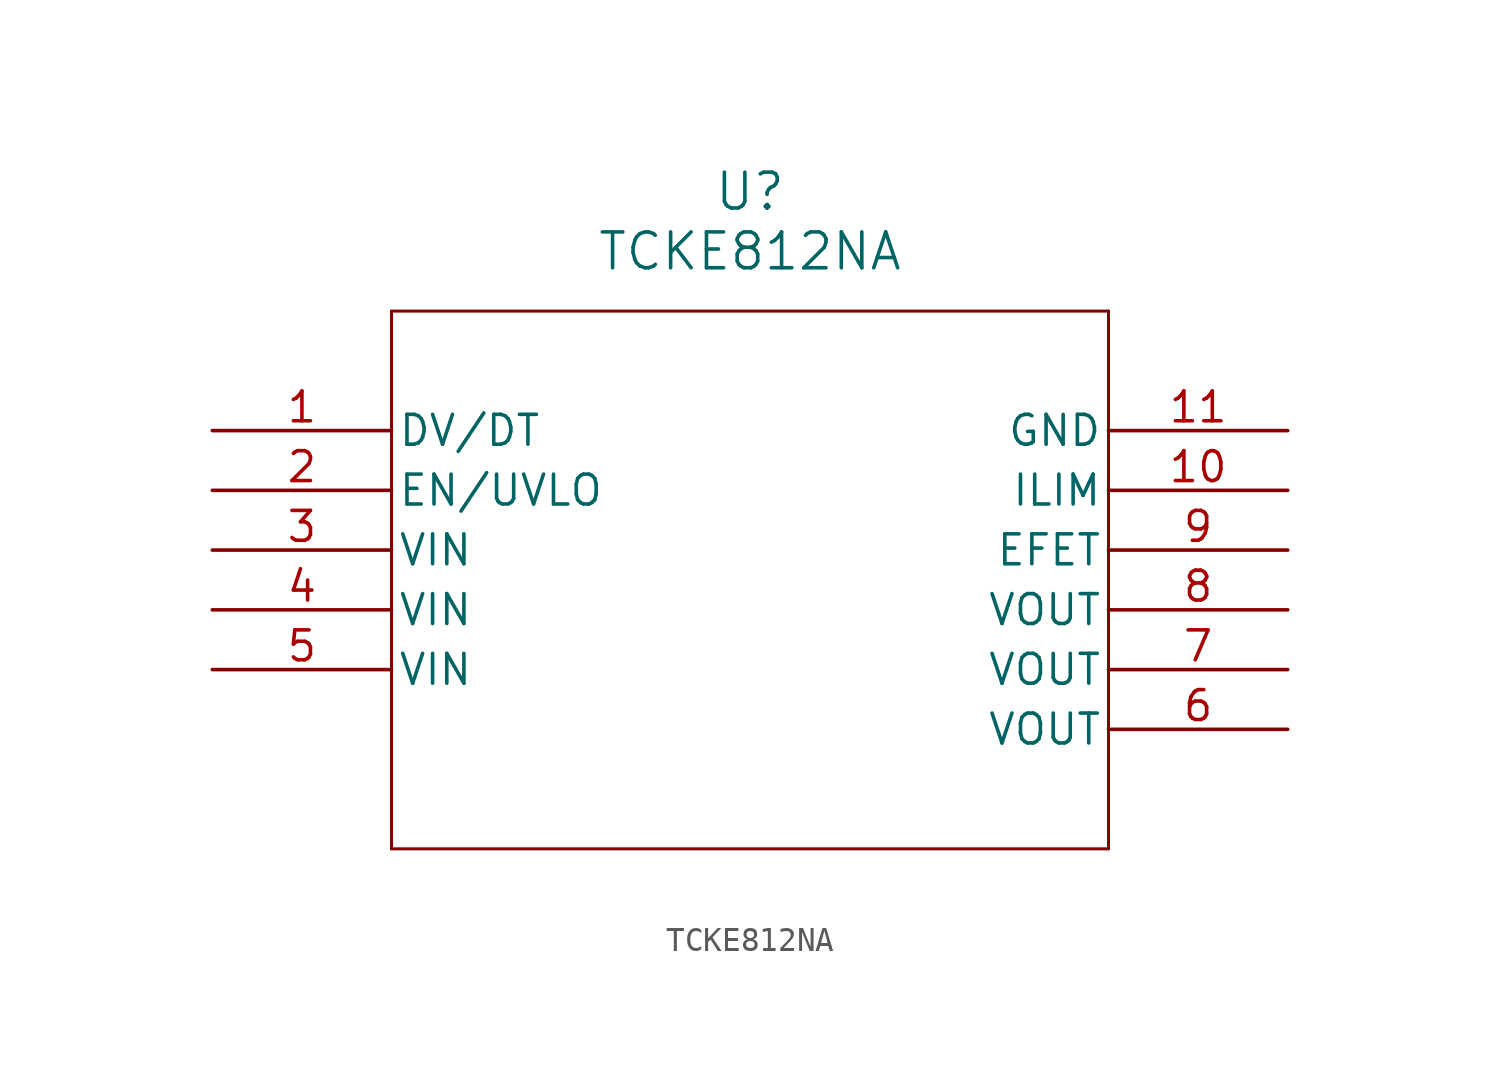
<source format=kicad_sym>
(kicad_symbol_lib
  (version 20211014)
  (generator kicad_symbol_editor)
  (symbol "TCKE812NA"
    (pin_names
      (offset 0.254))
    (property "Reference" "U"
      (at 22.86 10.16 0)
      (effects (font (size 1.524 1.524))))
    (property "Value" "TCKE812NA"
      (at 22.86 7.62 0)
      (effects (font (size 1.524 1.524))))
    (symbol "TCKE812NA_0_1"
      (polyline (pts (xy 7.62 5.08) (xy 7.62 -17.78)) (stroke (width 0.127) (type default) (color 0 0 0 0)) (fill (type none)))
      (polyline (pts (xy 7.62 -17.78) (xy 38.1 -17.78)) (stroke (width 0.127) (type default) (color 0 0 0 0)) (fill (type none)))
      (polyline (pts (xy 38.1 -17.78) (xy 38.1 5.08)) (stroke (width 0.127) (type default) (color 0 0 0 0)) (fill (type none)))
      (polyline (pts (xy 38.1 5.08) (xy 7.62 5.08)) (stroke (width 0.127) (type default) (color 0 0 0 0)) (fill (type none)))
      (pin input line (at 0 0 0) (length 7.62) (name "DV/DT" (effects (font (size 1.27 1.27)))) (number "1" (effects (font (size 1.27 1.27)))))
      (pin unspecified line (at 0 -2.54 0) (length 7.62) (name "EN/UVLO" (effects (font (size 1.27 1.27)))) (number "2" (effects (font (size 1.27 1.27)))))
      (pin input line (at 0 -5.08 0) (length 7.62) (name "VIN" (effects (font (size 1.27 1.27)))) (number "3" (effects (font (size 1.27 1.27)))))
      (pin input line (at 0 -7.62 0) (length 7.62) (name "VIN" (effects (font (size 1.27 1.27)))) (number "4" (effects (font (size 1.27 1.27)))))
      (pin input line (at 0 -10.16 0) (length 7.62) (name "VIN" (effects (font (size 1.27 1.27)))) (number "5" (effects (font (size 1.27 1.27)))))
      (pin output line (at 45.72 -12.7 180) (length 7.62) (name "VOUT" (effects (font (size 1.27 1.27)))) (number "6" (effects (font (size 1.27 1.27)))))
      (pin output line (at 45.72 -10.16 180) (length 7.62) (name "VOUT" (effects (font (size 1.27 1.27)))) (number "7" (effects (font (size 1.27 1.27)))))
      (pin output line (at 45.72 -7.62 180) (length 7.62) (name "VOUT" (effects (font (size 1.27 1.27)))) (number "8" (effects (font (size 1.27 1.27)))))
      (pin unspecified line (at 45.72 -5.08 180) (length 7.62) (name "EFET" (effects (font (size 1.27 1.27)))) (number "9" (effects (font (size 1.27 1.27)))))
      (pin input line (at 45.72 -2.54 180) (length 7.62) (name "ILIM" (effects (font (size 1.27 1.27)))) (number "10" (effects (font (size 1.27 1.27)))))
      (pin power_out line (at 45.72 0 180) (length 7.62) (name "GND" (effects (font (size 1.27 1.27)))) (number "11" (effects (font (size 1.27 1.27))))))))
</source>
